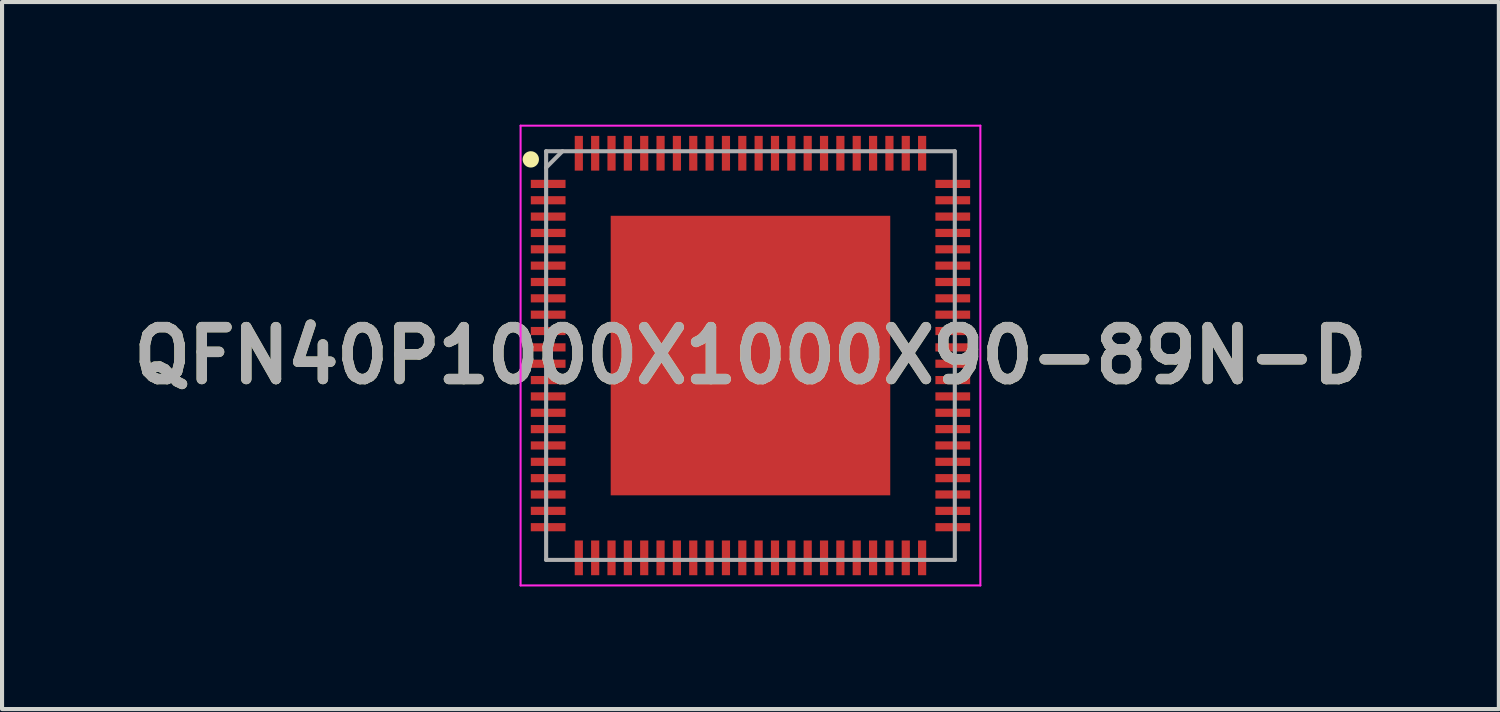
<source format=kicad_pcb>
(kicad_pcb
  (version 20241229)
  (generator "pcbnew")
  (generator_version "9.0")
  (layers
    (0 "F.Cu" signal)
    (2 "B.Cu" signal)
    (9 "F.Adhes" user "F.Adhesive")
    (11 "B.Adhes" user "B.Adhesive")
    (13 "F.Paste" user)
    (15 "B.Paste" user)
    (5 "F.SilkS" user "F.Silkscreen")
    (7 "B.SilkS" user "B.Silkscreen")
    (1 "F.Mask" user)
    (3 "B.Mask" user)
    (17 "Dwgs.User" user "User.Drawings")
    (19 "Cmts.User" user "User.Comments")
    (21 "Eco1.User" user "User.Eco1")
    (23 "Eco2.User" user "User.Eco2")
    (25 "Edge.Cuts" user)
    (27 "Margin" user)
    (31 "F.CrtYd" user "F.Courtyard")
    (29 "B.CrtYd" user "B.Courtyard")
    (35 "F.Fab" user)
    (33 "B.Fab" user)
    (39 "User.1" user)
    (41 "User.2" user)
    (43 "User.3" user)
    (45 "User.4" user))
  (footprint "QFN40P1000X1000X90-89N-D"
    (layer "F.Cu")
    (at 15.313 5.65)
    (property "Reference" "QFN40P1000X1000X90-89N-D" (at 0 0 0) (layer "F.SilkS") (effects (font (size 1.27 1.27) (thickness 0.254))))
    (attr smd)
    (fp_circle (center -5.375 -4.8) (end -5.375 -4.7) (stroke (width 0.2) (type solid)) (fill no) (layer "F.SilkS"))
    (fp_line (start -5.625 -5.625) (end 5.625 -5.625) (stroke (width 0.05) (type solid)) (layer "F.CrtYd"))
    (fp_line (start -5.625 5.625) (end -5.625 -5.625) (stroke (width 0.05) (type solid)) (layer "F.CrtYd"))
    (fp_line (start 5.625 -5.625) (end 5.625 5.625) (stroke (width 0.05) (type solid)) (layer "F.CrtYd"))
    (fp_line (start 5.625 5.625) (end -5.625 5.625) (stroke (width 0.05) (type solid)) (layer "F.CrtYd"))
    (fp_line (start -5 -5) (end 5 -5) (stroke (width 0.1) (type solid)) (layer "F.Fab"))
    (fp_line (start -5 -4.6) (end -4.6 -5) (stroke (width 0.1) (type solid)) (layer "F.Fab"))
    (fp_line (start -5 5) (end -5 -5) (stroke (width 0.1) (type solid)) (layer "F.Fab"))
    (fp_line (start 5 -5) (end 5 5) (stroke (width 0.1) (type solid)) (layer "F.Fab"))
    (fp_line (start 5 5) (end -5 5) (stroke (width 0.1) (type solid)) (layer "F.Fab"))
    (fp_text user "${REFERENCE}" (at 0 0 0) (layer "F.Fab") (effects (font (size 1.27 1.27) (thickness 0.254))))
    (pad "1" smd rect (at -4.95 -4.2 90) (size 0.2 0.85) (layers "F.Cu" "F.Mask" "F.Paste"))
    (pad "2" smd rect (at -4.95 -3.8 90) (size 0.2 0.85) (layers "F.Cu" "F.Mask" "F.Paste"))
    (pad "3" smd rect (at -4.95 -3.4 90) (size 0.2 0.85) (layers "F.Cu" "F.Mask" "F.Paste"))
    (pad "4" smd rect (at -4.95 -3 90) (size 0.2 0.85) (layers "F.Cu" "F.Mask" "F.Paste"))
    (pad "5" smd rect (at -4.95 -2.6 90) (size 0.2 0.85) (layers "F.Cu" "F.Mask" "F.Paste"))
    (pad "6" smd rect (at -4.95 -2.2 90) (size 0.2 0.85) (layers "F.Cu" "F.Mask" "F.Paste"))
    (pad "7" smd rect (at -4.95 -1.8 90) (size 0.2 0.85) (layers "F.Cu" "F.Mask" "F.Paste"))
    (pad "8" smd rect (at -4.95 -1.4 90) (size 0.2 0.85) (layers "F.Cu" "F.Mask" "F.Paste"))
    (pad "9" smd rect (at -4.95 -1 90) (size 0.2 0.85) (layers "F.Cu" "F.Mask" "F.Paste"))
    (pad "10" smd rect (at -4.95 -0.6 90) (size 0.2 0.85) (layers "F.Cu" "F.Mask" "F.Paste"))
    (pad "11" smd rect (at -4.95 -0.2 90) (size 0.2 0.85) (layers "F.Cu" "F.Mask" "F.Paste"))
    (pad "12" smd rect (at -4.95 0.2 90) (size 0.2 0.85) (layers "F.Cu" "F.Mask" "F.Paste"))
    (pad "13" smd rect (at -4.95 0.6 90) (size 0.2 0.85) (layers "F.Cu" "F.Mask" "F.Paste"))
    (pad "14" smd rect (at -4.95 1 90) (size 0.2 0.85) (layers "F.Cu" "F.Mask" "F.Paste"))
    (pad "15" smd rect (at -4.95 1.4 90) (size 0.2 0.85) (layers "F.Cu" "F.Mask" "F.Paste"))
    (pad "16" smd rect (at -4.95 1.8 90) (size 0.2 0.85) (layers "F.Cu" "F.Mask" "F.Paste"))
    (pad "17" smd rect (at -4.95 2.2 90) (size 0.2 0.85) (layers "F.Cu" "F.Mask" "F.Paste"))
    (pad "18" smd rect (at -4.95 2.6 90) (size 0.2 0.85) (layers "F.Cu" "F.Mask" "F.Paste"))
    (pad "19" smd rect (at -4.95 3 90) (size 0.2 0.85) (layers "F.Cu" "F.Mask" "F.Paste"))
    (pad "20" smd rect (at -4.95 3.4 90) (size 0.2 0.85) (layers "F.Cu" "F.Mask" "F.Paste"))
    (pad "21" smd rect (at -4.95 3.8 90) (size 0.2 0.85) (layers "F.Cu" "F.Mask" "F.Paste"))
    (pad "22" smd rect (at -4.95 4.2 90) (size 0.2 0.85) (layers "F.Cu" "F.Mask" "F.Paste"))
    (pad "23" smd rect (at -4.2 4.95) (size 0.2 0.85) (layers "F.Cu" "F.Mask" "F.Paste"))
    (pad "24" smd rect (at -3.8 4.95) (size 0.2 0.85) (layers "F.Cu" "F.Mask" "F.Paste"))
    (pad "25" smd rect (at -3.4 4.95) (size 0.2 0.85) (layers "F.Cu" "F.Mask" "F.Paste"))
    (pad "26" smd rect (at -3 4.95) (size 0.2 0.85) (layers "F.Cu" "F.Mask" "F.Paste"))
    (pad "27" smd rect (at -2.6 4.95) (size 0.2 0.85) (layers "F.Cu" "F.Mask" "F.Paste"))
    (pad "28" smd rect (at -2.2 4.95) (size 0.2 0.85) (layers "F.Cu" "F.Mask" "F.Paste"))
    (pad "29" smd rect (at -1.8 4.95) (size 0.2 0.85) (layers "F.Cu" "F.Mask" "F.Paste"))
    (pad "30" smd rect (at -1.4 4.95) (size 0.2 0.85) (layers "F.Cu" "F.Mask" "F.Paste"))
    (pad "31" smd rect (at -1 4.95) (size 0.2 0.85) (layers "F.Cu" "F.Mask" "F.Paste"))
    (pad "32" smd rect (at -0.6 4.95) (size 0.2 0.85) (layers "F.Cu" "F.Mask" "F.Paste"))
    (pad "33" smd rect (at -0.2 4.95) (size 0.2 0.85) (layers "F.Cu" "F.Mask" "F.Paste"))
    (pad "34" smd rect (at 0.2 4.95) (size 0.2 0.85) (layers "F.Cu" "F.Mask" "F.Paste"))
    (pad "35" smd rect (at 0.6 4.95) (size 0.2 0.85) (layers "F.Cu" "F.Mask" "F.Paste"))
    (pad "36" smd rect (at 1 4.95) (size 0.2 0.85) (layers "F.Cu" "F.Mask" "F.Paste"))
    (pad "37" smd rect (at 1.4 4.95) (size 0.2 0.85) (layers "F.Cu" "F.Mask" "F.Paste"))
    (pad "38" smd rect (at 1.8 4.95) (size 0.2 0.85) (layers "F.Cu" "F.Mask" "F.Paste"))
    (pad "39" smd rect (at 2.2 4.95) (size 0.2 0.85) (layers "F.Cu" "F.Mask" "F.Paste"))
    (pad "40" smd rect (at 2.6 4.95) (size 0.2 0.85) (layers "F.Cu" "F.Mask" "F.Paste"))
    (pad "41" smd rect (at 3 4.95) (size 0.2 0.85) (layers "F.Cu" "F.Mask" "F.Paste"))
    (pad "42" smd rect (at 3.4 4.95) (size 0.2 0.85) (layers "F.Cu" "F.Mask" "F.Paste"))
    (pad "43" smd rect (at 3.8 4.95) (size 0.2 0.85) (layers "F.Cu" "F.Mask" "F.Paste"))
    (pad "44" smd rect (at 4.2 4.95) (size 0.2 0.85) (layers "F.Cu" "F.Mask" "F.Paste"))
    (pad "45" smd rect (at 4.95 4.2 90) (size 0.2 0.85) (layers "F.Cu" "F.Mask" "F.Paste"))
    (pad "46" smd rect (at 4.95 3.8 90) (size 0.2 0.85) (layers "F.Cu" "F.Mask" "F.Paste"))
    (pad "47" smd rect (at 4.95 3.4 90) (size 0.2 0.85) (layers "F.Cu" "F.Mask" "F.Paste"))
    (pad "48" smd rect (at 4.95 3 90) (size 0.2 0.85) (layers "F.Cu" "F.Mask" "F.Paste"))
    (pad "49" smd rect (at 4.95 2.6 90) (size 0.2 0.85) (layers "F.Cu" "F.Mask" "F.Paste"))
    (pad "50" smd rect (at 4.95 2.2 90) (size 0.2 0.85) (layers "F.Cu" "F.Mask" "F.Paste"))
    (pad "51" smd rect (at 4.95 1.8 90) (size 0.2 0.85) (layers "F.Cu" "F.Mask" "F.Paste"))
    (pad "52" smd rect (at 4.95 1.4 90) (size 0.2 0.85) (layers "F.Cu" "F.Mask" "F.Paste"))
    (pad "53" smd rect (at 4.95 1 90) (size 0.2 0.85) (layers "F.Cu" "F.Mask" "F.Paste"))
    (pad "54" smd rect (at 4.95 0.6 90) (size 0.2 0.85) (layers "F.Cu" "F.Mask" "F.Paste"))
    (pad "55" smd rect (at 4.95 0.2 90) (size 0.2 0.85) (layers "F.Cu" "F.Mask" "F.Paste"))
    (pad "56" smd rect (at 4.95 -0.2 90) (size 0.2 0.85) (layers "F.Cu" "F.Mask" "F.Paste"))
    (pad "57" smd rect (at 4.95 -0.6 90) (size 0.2 0.85) (layers "F.Cu" "F.Mask" "F.Paste"))
    (pad "58" smd rect (at 4.95 -1 90) (size 0.2 0.85) (layers "F.Cu" "F.Mask" "F.Paste"))
    (pad "59" smd rect (at 4.95 -1.4 90) (size 0.2 0.85) (layers "F.Cu" "F.Mask" "F.Paste"))
    (pad "60" smd rect (at 4.95 -1.8 90) (size 0.2 0.85) (layers "F.Cu" "F.Mask" "F.Paste"))
    (pad "61" smd rect (at 4.95 -2.2 90) (size 0.2 0.85) (layers "F.Cu" "F.Mask" "F.Paste"))
    (pad "62" smd rect (at 4.95 -2.6 90) (size 0.2 0.85) (layers "F.Cu" "F.Mask" "F.Paste"))
    (pad "63" smd rect (at 4.95 -3 90) (size 0.2 0.85) (layers "F.Cu" "F.Mask" "F.Paste"))
    (pad "64" smd rect (at 4.95 -3.4 90) (size 0.2 0.85) (layers "F.Cu" "F.Mask" "F.Paste"))
    (pad "65" smd rect (at 4.95 -3.8 90) (size 0.2 0.85) (layers "F.Cu" "F.Mask" "F.Paste"))
    (pad "66" smd rect (at 4.95 -4.2 90) (size 0.2 0.85) (layers "F.Cu" "F.Mask" "F.Paste"))
    (pad "67" smd rect (at 4.2 -4.95) (size 0.2 0.85) (layers "F.Cu" "F.Mask" "F.Paste"))
    (pad "68" smd rect (at 3.8 -4.95) (size 0.2 0.85) (layers "F.Cu" "F.Mask" "F.Paste"))
    (pad "69" smd rect (at 3.4 -4.95) (size 0.2 0.85) (layers "F.Cu" "F.Mask" "F.Paste"))
    (pad "70" smd rect (at 3 -4.95) (size 0.2 0.85) (layers "F.Cu" "F.Mask" "F.Paste"))
    (pad "71" smd rect (at 2.6 -4.95) (size 0.2 0.85) (layers "F.Cu" "F.Mask" "F.Paste"))
    (pad "72" smd rect (at 2.2 -4.95) (size 0.2 0.85) (layers "F.Cu" "F.Mask" "F.Paste"))
    (pad "73" smd rect (at 1.8 -4.95) (size 0.2 0.85) (layers "F.Cu" "F.Mask" "F.Paste"))
    (pad "74" smd rect (at 1.4 -4.95) (size 0.2 0.85) (layers "F.Cu" "F.Mask" "F.Paste"))
    (pad "75" smd rect (at 1 -4.95) (size 0.2 0.85) (layers "F.Cu" "F.Mask" "F.Paste"))
    (pad "76" smd rect (at 0.6 -4.95) (size 0.2 0.85) (layers "F.Cu" "F.Mask" "F.Paste"))
    (pad "77" smd rect (at 0.2 -4.95) (size 0.2 0.85) (layers "F.Cu" "F.Mask" "F.Paste"))
    (pad "78" smd rect (at -0.2 -4.95) (size 0.2 0.85) (layers "F.Cu" "F.Mask" "F.Paste"))
    (pad "79" smd rect (at -0.6 -4.95) (size 0.2 0.85) (layers "F.Cu" "F.Mask" "F.Paste"))
    (pad "80" smd rect (at -1 -4.95) (size 0.2 0.85) (layers "F.Cu" "F.Mask" "F.Paste"))
    (pad "81" smd rect (at -1.4 -4.95) (size 0.2 0.85) (layers "F.Cu" "F.Mask" "F.Paste"))
    (pad "82" smd rect (at -1.8 -4.95) (size 0.2 0.85) (layers "F.Cu" "F.Mask" "F.Paste"))
    (pad "83" smd rect (at -2.2 -4.95) (size 0.2 0.85) (layers "F.Cu" "F.Mask" "F.Paste"))
    (pad "84" smd rect (at -2.6 -4.95) (size 0.2 0.85) (layers "F.Cu" "F.Mask" "F.Paste"))
    (pad "85" smd rect (at -3 -4.95) (size 0.2 0.85) (layers "F.Cu" "F.Mask" "F.Paste"))
    (pad "86" smd rect (at -3.4 -4.95) (size 0.2 0.85) (layers "F.Cu" "F.Mask" "F.Paste"))
    (pad "87" smd rect (at -3.8 -4.95) (size 0.2 0.85) (layers "F.Cu" "F.Mask" "F.Paste"))
    (pad "88" smd rect (at -4.2 -4.95) (size 0.2 0.85) (layers "F.Cu" "F.Mask" "F.Paste"))
    (pad "89" smd rect (at 0 0) (size 6.84 6.84) (layers "F.Cu" "F.Mask" "F.Paste")))
  (gr_rect
    (start -3 -3)
    (end 33.625 14.3)
    (stroke (width 0.1) (type default))
    (fill no)
    (layer "Edge.Cuts")))
</source>
